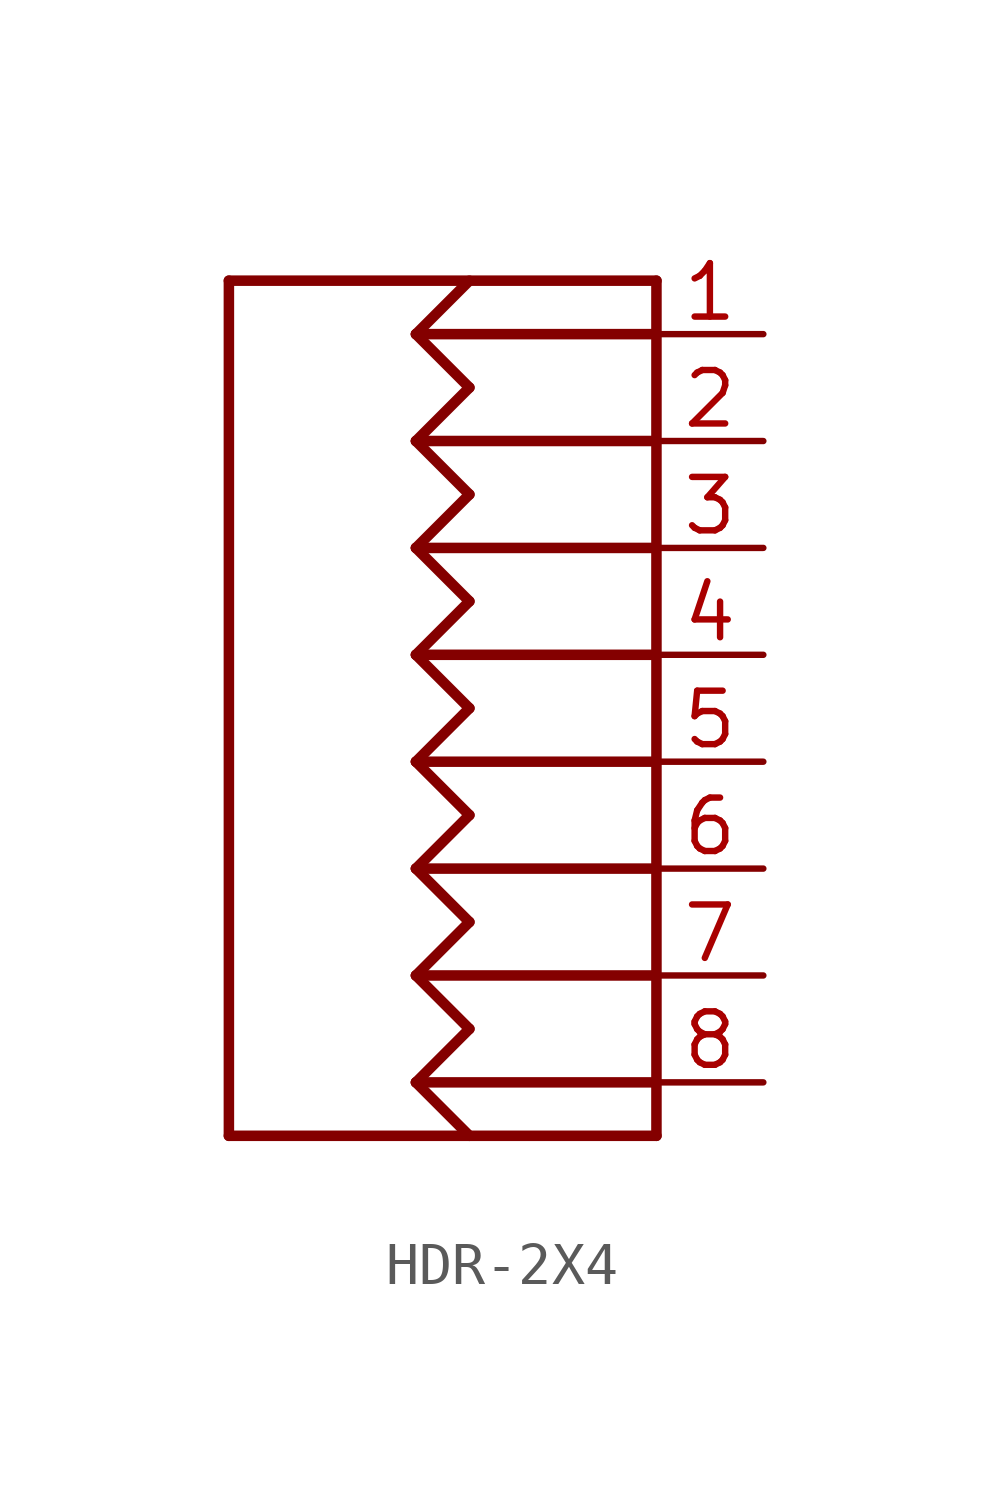
<source format=kicad_sym>
(kicad_symbol_lib
  (version 20231120)
  (generator "kicad_symbol_editor")
  (generator_version "8.0")
  (symbol "HDR-2X4"
    (property "Reference" "DISP"
      (at 0 0 0)
      (effects (font (size 1.27 1.27)) (hide yes)))
    (property "ki_locked" ""
      (at 0 0 0)
      (effects (font (size 1.27 1.27))))
    (symbol "HDR-2X4_1_0"
      (polyline (pts (xy -5.08 -10.16) (xy -5.08 10.16)) (stroke (width 0.25) (type solid)) (fill (type none)))
      (polyline (pts (xy -5.08 10.16) (xy 5.08 10.16)) (stroke (width 0.25) (type solid)) (fill (type none)))
      (polyline (pts (xy -0.635 -8.89) (xy 0.635 -10.16)) (stroke (width 0.25) (type solid)) (fill (type none)))
      (polyline (pts (xy -0.635 -8.89) (xy 0.635 -7.62)) (stroke (width 0.25) (type solid)) (fill (type none)))
      (polyline (pts (xy -0.635 -8.89) (xy 5.08 -8.89)) (stroke (width 0.25) (type solid)) (fill (type none)))
      (polyline (pts (xy -0.635 -6.35) (xy 0.635 -7.62)) (stroke (width 0.25) (type solid)) (fill (type none)))
      (polyline (pts (xy -0.635 -6.35) (xy 0.635 -5.08)) (stroke (width 0.25) (type solid)) (fill (type none)))
      (polyline (pts (xy -0.635 -6.35) (xy 5.08 -6.35)) (stroke (width 0.25) (type solid)) (fill (type none)))
      (polyline (pts (xy -0.635 -3.81) (xy 0.635 -5.08)) (stroke (width 0.25) (type solid)) (fill (type none)))
      (polyline (pts (xy -0.635 -3.81) (xy 0.635 -2.54)) (stroke (width 0.25) (type solid)) (fill (type none)))
      (polyline (pts (xy -0.635 -3.81) (xy 5.08 -3.81)) (stroke (width 0.25) (type solid)) (fill (type none)))
      (polyline (pts (xy -0.635 -1.27) (xy 0.635 -2.54)) (stroke (width 0.25) (type solid)) (fill (type none)))
      (polyline (pts (xy -0.635 -1.27) (xy 0.635 0)) (stroke (width 0.25) (type solid)) (fill (type none)))
      (polyline (pts (xy -0.635 -1.27) (xy 5.08 -1.27)) (stroke (width 0.25) (type solid)) (fill (type none)))
      (polyline (pts (xy -0.635 1.27) (xy 0.635 0)) (stroke (width 0.25) (type solid)) (fill (type none)))
      (polyline (pts (xy -0.635 1.27) (xy 0.635 2.54)) (stroke (width 0.25) (type solid)) (fill (type none)))
      (polyline (pts (xy -0.635 1.27) (xy 5.08 1.27)) (stroke (width 0.25) (type solid)) (fill (type none)))
      (polyline (pts (xy -0.635 3.81) (xy 0.635 2.54)) (stroke (width 0.25) (type solid)) (fill (type none)))
      (polyline (pts (xy -0.635 3.81) (xy 0.635 5.08)) (stroke (width 0.25) (type solid)) (fill (type none)))
      (polyline (pts (xy -0.635 3.81) (xy 5.08 3.81)) (stroke (width 0.25) (type solid)) (fill (type none)))
      (polyline (pts (xy -0.635 6.35) (xy 0.635 5.08)) (stroke (width 0.25) (type solid)) (fill (type none)))
      (polyline (pts (xy -0.635 6.35) (xy 0.635 7.62)) (stroke (width 0.25) (type solid)) (fill (type none)))
      (polyline (pts (xy -0.635 6.35) (xy 5.08 6.35)) (stroke (width 0.25) (type solid)) (fill (type none)))
      (polyline (pts (xy -0.635 8.89) (xy 0.635 7.62)) (stroke (width 0.25) (type solid)) (fill (type none)))
      (polyline (pts (xy -0.635 8.89) (xy 0.635 10.16)) (stroke (width 0.25) (type solid)) (fill (type none)))
      (polyline (pts (xy -0.635 8.89) (xy 5.08 8.89)) (stroke (width 0.25) (type solid)) (fill (type none)))
      (polyline (pts (xy 5.08 -10.16) (xy -5.08 -10.16)) (stroke (width 0.25) (type solid)) (fill (type none)))
      (polyline (pts (xy 5.08 10.16) (xy 5.08 -10.16)) (stroke (width 0.25) (type solid)) (fill (type none)))
      (pin passive line (at 7.62 8.89 180) (length 2.54) (name "P1" (effects (font (size 0 0)))) (number "1" (effects (font (size 1.27 1.27)))))
      (pin passive line (at 7.62 6.35 180) (length 2.54) (name "P2" (effects (font (size 0 0)))) (number "2" (effects (font (size 1.27 1.27)))))
      (pin passive line (at 7.62 3.81 180) (length 2.54) (name "P3" (effects (font (size 0 0)))) (number "3" (effects (font (size 1.27 1.27)))))
      (pin passive line (at 7.62 1.27 180) (length 2.54) (name "P4" (effects (font (size 0 0)))) (number "4" (effects (font (size 1.27 1.27)))))
      (pin passive line (at 7.62 -1.27 180) (length 2.54) (name "P5" (effects (font (size 0 0)))) (number "5" (effects (font (size 1.27 1.27)))))
      (pin passive line (at 7.62 -3.81 180) (length 2.54) (name "P6" (effects (font (size 0 0)))) (number "6" (effects (font (size 1.27 1.27)))))
      (pin passive line (at 7.62 -6.35 180) (length 2.54) (name "P7" (effects (font (size 0 0)))) (number "7" (effects (font (size 1.27 1.27)))))
      (pin passive line (at 7.62 -8.89 180) (length 2.54) (name "P8" (effects (font (size 0 0)))) (number "8" (effects (font (size 1.27 1.27))))))))
</source>
